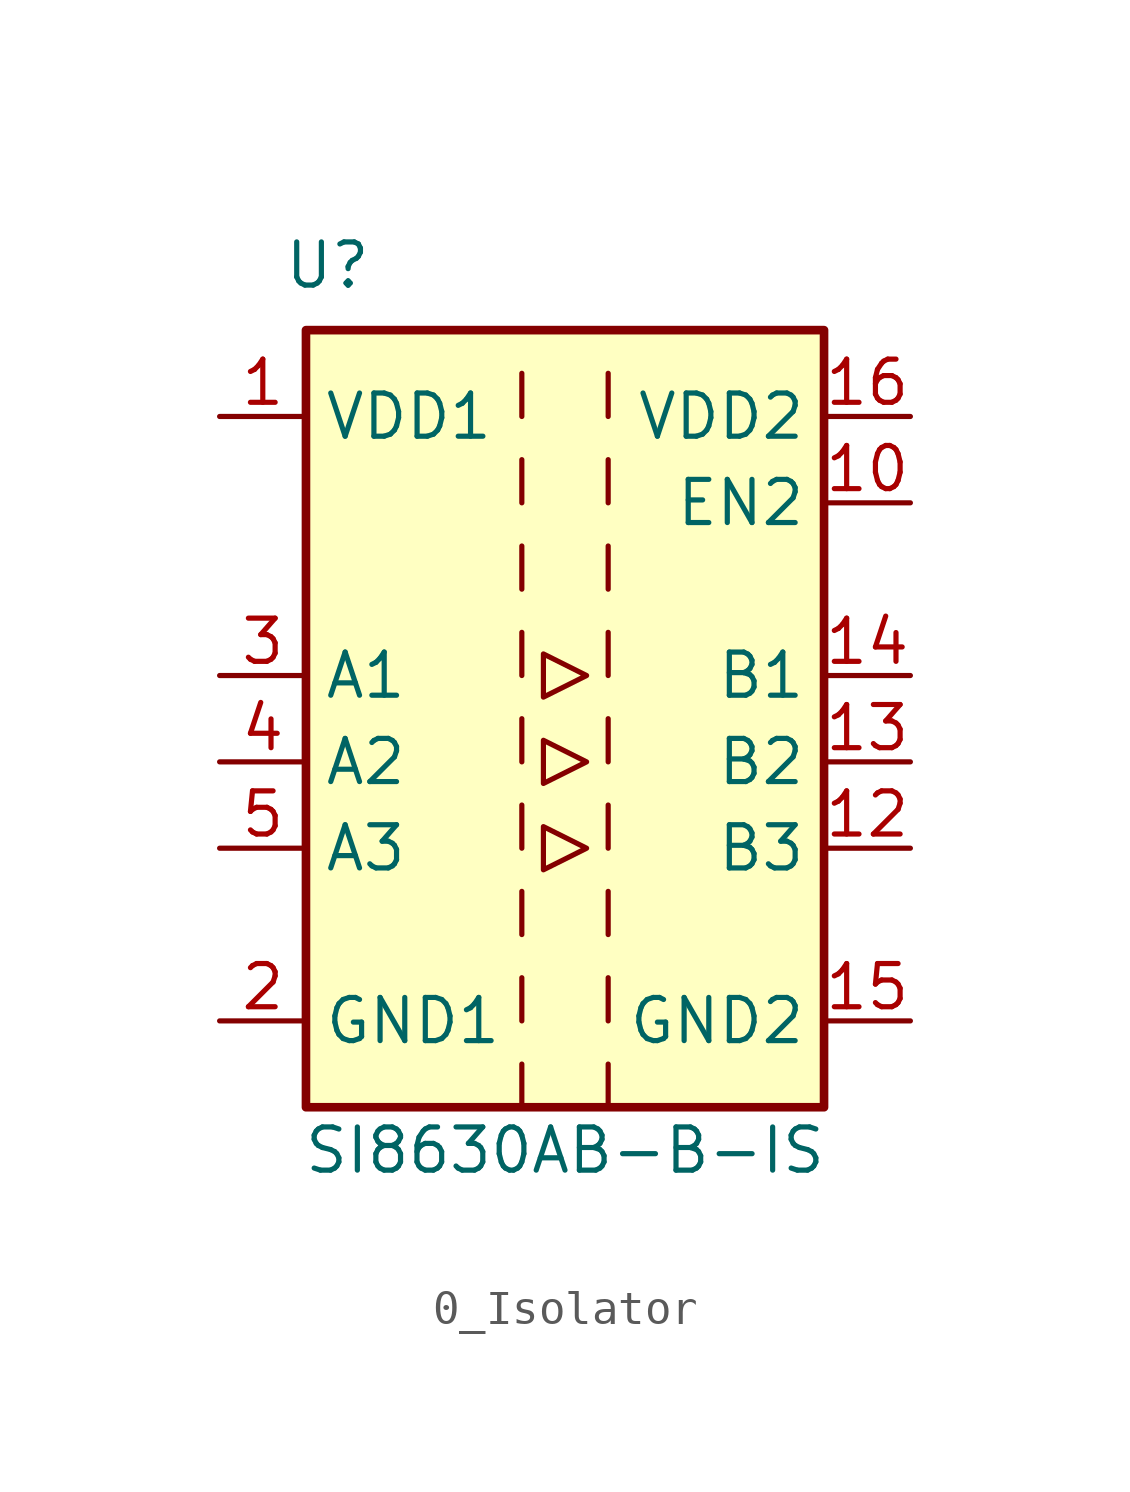
<source format=kicad_sym>
(kicad_symbol_lib
  (version 20220914)
  (generator kicad_symbol_editor)
  (symbol "0_Isolator"
    (property "Reference" "U"
      (at -5.715 -3.81 0)
      (effects (font (size 1.27 1.27))))
    (property "Value" "SI8630AB-B-IS"
      (at 1.27 -29.845 0)
      (effects (font (size 1.27 1.27))))
    (symbol "0_Isolator_0_1"
      (rectangle (start -6.35 -5.715) (end 8.89 -28.575) (stroke (width 0.254) (type default)) (fill (type background)))
      (polyline (pts (xy 0 -27.305) (xy 0 -28.575)) (stroke (width 0) (type default)) (fill (type none)))
      (polyline (pts (xy 0 -24.765) (xy 0 -26.035)) (stroke (width 0) (type default)) (fill (type none)))
      (polyline (pts (xy 0 -22.225) (xy 0 -23.495)) (stroke (width 0) (type default)) (fill (type none)))
      (polyline (pts (xy 0 -19.685) (xy 0 -20.955)) (stroke (width 0) (type default)) (fill (type none)))
      (polyline (pts (xy 0 -17.145) (xy 0 -18.415)) (stroke (width 0) (type default)) (fill (type none)))
      (polyline (pts (xy 0 -14.605) (xy 0 -15.875)) (stroke (width 0) (type default)) (fill (type none)))
      (polyline (pts (xy 0 -12.065) (xy 0 -13.335)) (stroke (width 0) (type default)) (fill (type none)))
      (polyline (pts (xy 0 -9.525) (xy 0 -10.795)) (stroke (width 0) (type default)) (fill (type none)))
      (polyline (pts (xy 0 -6.985) (xy 0 -8.255)) (stroke (width 0) (type default)) (fill (type none)))
      (polyline (pts (xy 2.54 -27.305) (xy 2.54 -28.575)) (stroke (width 0) (type default)) (fill (type none)))
      (polyline (pts (xy 2.54 -24.765) (xy 2.54 -26.035)) (stroke (width 0) (type default)) (fill (type none)))
      (polyline (pts (xy 2.54 -22.225) (xy 2.54 -23.495)) (stroke (width 0) (type default)) (fill (type none)))
      (polyline (pts (xy 2.54 -19.685) (xy 2.54 -20.955)) (stroke (width 0) (type default)) (fill (type none)))
      (polyline (pts (xy 2.54 -17.145) (xy 2.54 -18.415)) (stroke (width 0) (type default)) (fill (type none)))
      (polyline (pts (xy 2.54 -14.605) (xy 2.54 -15.875)) (stroke (width 0) (type default)) (fill (type none)))
      (polyline (pts (xy 2.54 -12.065) (xy 2.54 -13.335)) (stroke (width 0) (type default)) (fill (type none)))
      (polyline (pts (xy 2.54 -9.525) (xy 2.54 -10.795)) (stroke (width 0) (type default)) (fill (type none)))
      (polyline (pts (xy 2.54 -6.985) (xy 2.54 -8.255)) (stroke (width 0) (type default)) (fill (type none)))
      (polyline (pts (xy 0.635 -17.78) (xy 0.635 -19.05) (xy 1.905 -18.415) (xy 0.635 -17.78)) (stroke (width 0) (type default)) (fill (type none)))
      (polyline (pts (xy 0.635 -15.24) (xy 0.635 -16.51) (xy 1.905 -15.875) (xy 0.635 -15.24)) (stroke (width 0) (type default)) (fill (type none)))
      (polyline (pts (xy 1.905 -20.955) (xy 0.635 -20.32) (xy 0.635 -21.59) (xy 1.905 -20.955)) (stroke (width 0) (type default)) (fill (type none))))
    (symbol "0_Isolator_1_1"
      (pin power_in line (at -8.89 -8.255 0) (length 2.54) (name "VDD1" (effects (font (size 1.27 1.27)))) (number "1" (effects (font (size 1.27 1.27)))))
      (pin input line (at 11.43 -10.795 180) (length 2.54) (name "EN2" (effects (font (size 1.27 1.27)))) (number "10" (effects (font (size 1.27 1.27)))))
      (pin no_connect line (at 11.43 -23.495 180) (length 2.54) hide (name "NC" (effects (font (size 1.27 1.27)))) (number "11" (effects (font (size 1.27 1.27)))))
      (pin output line (at 11.43 -20.955 180) (length 2.54) (name "B3" (effects (font (size 1.27 1.27)))) (number "12" (effects (font (size 1.27 1.27)))))
      (pin output line (at 11.43 -18.415 180) (length 2.54) (name "B2" (effects (font (size 1.27 1.27)))) (number "13" (effects (font (size 1.27 1.27)))))
      (pin output line (at 11.43 -15.875 180) (length 2.54) (name "B1" (effects (font (size 1.27 1.27)))) (number "14" (effects (font (size 1.27 1.27)))))
      (pin power_in line (at 11.43 -26.035 180) (length 2.54) (name "GND2" (effects (font (size 1.27 1.27)))) (number "15" (effects (font (size 1.27 1.27)))))
      (pin power_in line (at 11.43 -8.255 180) (length 2.54) (name "VDD2" (effects (font (size 1.27 1.27)))) (number "16" (effects (font (size 1.27 1.27)))))
      (pin power_in line (at -8.89 -26.035 0) (length 2.54) (name "GND1" (effects (font (size 1.27 1.27)))) (number "2" (effects (font (size 1.27 1.27)))))
      (pin input line (at -8.89 -15.875 0) (length 2.54) (name "A1" (effects (font (size 1.27 1.27)))) (number "3" (effects (font (size 1.27 1.27)))))
      (pin input line (at -8.89 -18.415 0) (length 2.54) (name "A2" (effects (font (size 1.27 1.27)))) (number "4" (effects (font (size 1.27 1.27)))))
      (pin input line (at -8.89 -20.955 0) (length 2.54) (name "A3" (effects (font (size 1.27 1.27)))) (number "5" (effects (font (size 1.27 1.27)))))
      (pin no_connect line (at -8.89 -23.495 0) (length 2.54) hide (name "NC" (effects (font (size 1.27 1.27)))) (number "6" (effects (font (size 1.27 1.27)))))
      (pin no_connect line (at -6.35 -10.795 0) (length 2.54) hide (name "NC" (effects (font (size 1.27 1.27)))) (number "7" (effects (font (size 1.27 1.27)))))
      (pin passive line (at -8.89 -26.035 0) (length 2.54) hide (name "GND1" (effects (font (size 1.27 1.27)))) (number "8" (effects (font (size 1.27 1.27)))))
      (pin passive line (at 11.43 -26.035 180) (length 2.54) hide (name "GND2" (effects (font (size 1.27 1.27)))) (number "9" (effects (font (size 1.27 1.27))))))))
</source>
